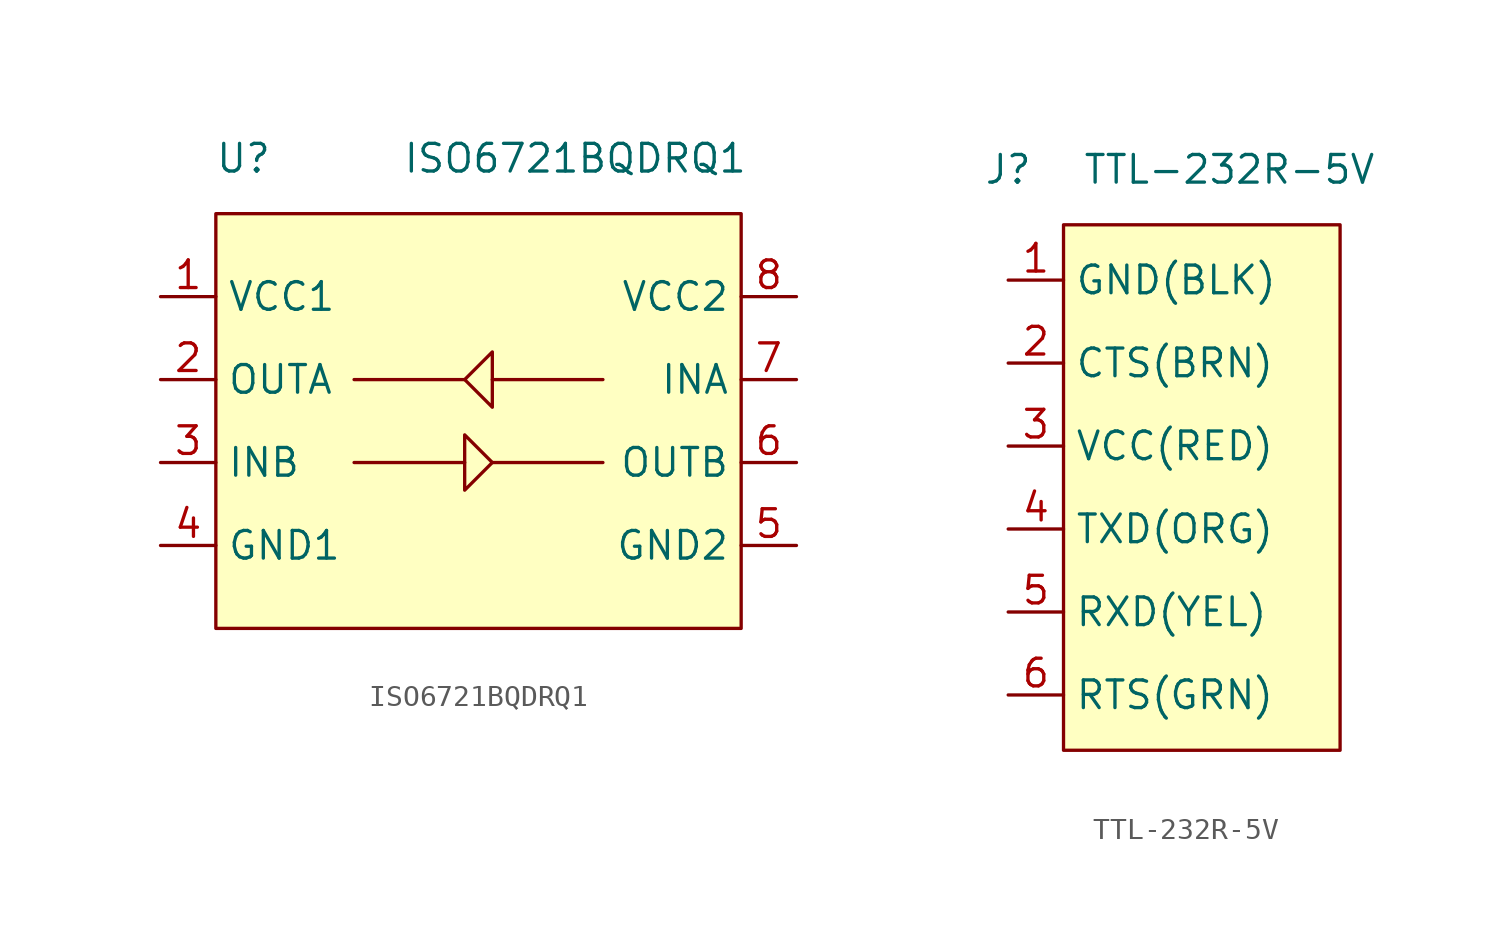
<source format=kicad_sym>
(kicad_symbol_lib
  (version 20220914)
  (generator kicad_symbol_editor)
  (symbol "ISO6721BQDRQ1"
    (property "Reference" "U"
      (at -11.43 11.43 0)
      (effects (font (size 1.27 1.27))))
    (property "Value" "ISO6721BQDRQ1"
      (at 3.81 11.43 0)
      (effects (font (size 1.27 1.27))))
    (symbol "ISO6721BQDRQ1_0_1"
      (polyline (pts (xy -1.27 -2.54) (xy -6.35 -2.54)) (stroke (width 0) (type default)) (fill (type none)))
      (polyline (pts (xy -1.27 1.27) (xy -6.35 1.27)) (stroke (width 0) (type default)) (fill (type none)))
      (polyline (pts (xy 0 -2.54) (xy 5.08 -2.54)) (stroke (width 0) (type default)) (fill (type none)))
      (polyline (pts (xy 0 1.27) (xy 5.08 1.27)) (stroke (width 0) (type default)) (fill (type none)))
      (polyline (pts (xy -1.27 -3.81) (xy -1.27 -1.27) (xy 0 -2.54) (xy -1.27 -3.81)) (stroke (width 0) (type default)) (fill (type none)))
      (polyline (pts (xy 0 2.54) (xy 0 0) (xy -1.27 1.27) (xy 0 2.54)) (stroke (width 0) (type default)) (fill (type none))))
    (symbol "ISO6721BQDRQ1_1_1"
      (rectangle (start -12.7 8.89) (end 11.43 -10.16) (stroke (width 0) (type default)) (fill (type background)))
      (pin input line (at -15.24 5.08 0) (length 2.54) (name "VCC1" (effects (font (size 1.27 1.27)))) (number "1" (effects (font (size 1.27 1.27)))))
      (pin output line (at -15.24 1.27 0) (length 2.54) (name "OUTA" (effects (font (size 1.27 1.27)))) (number "2" (effects (font (size 1.27 1.27)))))
      (pin input line (at -15.24 -2.54 0) (length 2.54) (name "INB" (effects (font (size 1.27 1.27)))) (number "3" (effects (font (size 1.27 1.27)))))
      (pin input line (at -15.24 -6.35 0) (length 2.54) (name "GND1" (effects (font (size 1.27 1.27)))) (number "4" (effects (font (size 1.27 1.27)))))
      (pin input line (at 13.97 -6.35 180) (length 2.54) (name "GND2" (effects (font (size 1.27 1.27)))) (number "5" (effects (font (size 1.27 1.27)))))
      (pin output line (at 13.97 -2.54 180) (length 2.54) (name "OUTB" (effects (font (size 1.27 1.27)))) (number "6" (effects (font (size 1.27 1.27)))))
      (pin input line (at 13.97 1.27 180) (length 2.54) (name "INA" (effects (font (size 1.27 1.27)))) (number "7" (effects (font (size 1.27 1.27)))))
      (pin input line (at 13.97 5.08 180) (length 2.54) (name "VCC2" (effects (font (size 1.27 1.27)))) (number "8" (effects (font (size 1.27 1.27)))))))
  (symbol "TTL-232R-5V"
    (property "Reference" "J"
      (at -6.35 13.97 0)
      (effects (font (size 1.27 1.27))))
    (property "Value" "TTL-232R-5V"
      (at 3.81 13.97 0)
      (effects (font (size 1.27 1.27))))
    (symbol "TTL-232R-5V_1_1"
      (rectangle (start -3.81 11.43) (end 8.89 -12.7) (stroke (width 0) (type default)) (fill (type background)))
      (pin input line (at -6.35 8.89 0) (length 2.54) (name "GND(BLK)" (effects (font (size 1.27 1.27)))) (number "1" (effects (font (size 1.27 1.27)))))
      (pin input line (at -6.35 5.08 0) (length 2.54) (name "CTS(BRN)" (effects (font (size 1.27 1.27)))) (number "2" (effects (font (size 1.27 1.27)))))
      (pin output line (at -6.35 1.27 0) (length 2.54) (name "VCC(RED)" (effects (font (size 1.27 1.27)))) (number "3" (effects (font (size 1.27 1.27)))))
      (pin output line (at -6.35 -2.54 0) (length 2.54) (name "TXD(ORG)" (effects (font (size 1.27 1.27)))) (number "4" (effects (font (size 1.27 1.27)))))
      (pin input line (at -6.35 -6.35 0) (length 2.54) (name "RXD(YEL)" (effects (font (size 1.27 1.27)))) (number "5" (effects (font (size 1.27 1.27)))))
      (pin output line (at -6.35 -10.16 0) (length 2.54) (name "RTS(GRN)" (effects (font (size 1.27 1.27)))) (number "6" (effects (font (size 1.27 1.27))))))))
</source>
